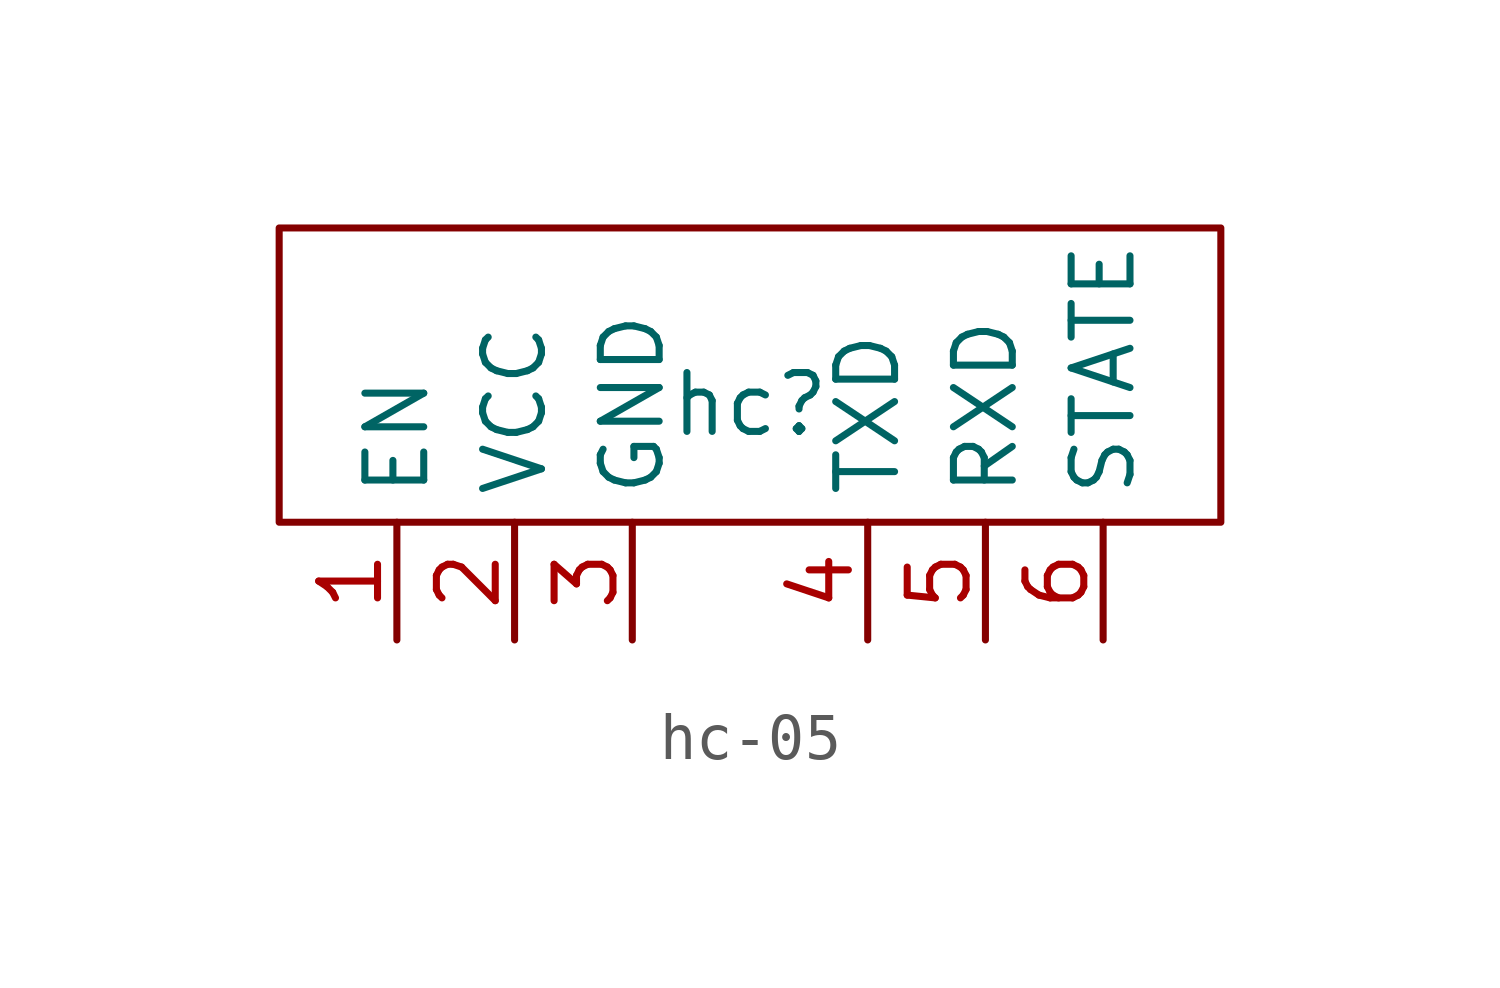
<source format=kicad_sym>
(kicad_symbol_lib
  (version 20220914)
  (generator kicad_symbol_editor)
  (symbol "hc-05"
    (property "Reference" "hc"
      (at 0 0 0)
      (effects (font (size 1.27 1.27))))
    (property "Value" ""
      (at 0 0 0)
      (effects (font (size 1.27 1.27))))
    (symbol "hc-05_0_1"
      (rectangle (start -10.16 3.81) (end 10.16 -2.54) (stroke (width 0) (type default)) (fill (type none))))
    (symbol "hc-05_1_1"
      (pin input line (at -7.62 -5.08 90) (length 2.54) (name "EN" (effects (font (size 1.27 1.27)))) (number "1" (effects (font (size 1.27 1.27)))))
      (pin input line (at -5.08 -5.08 90) (length 2.54) (name "VCC" (effects (font (size 1.27 1.27)))) (number "2" (effects (font (size 1.27 1.27)))))
      (pin input line (at -2.54 -5.08 90) (length 2.54) (name "GND" (effects (font (size 1.27 1.27)))) (number "3" (effects (font (size 1.27 1.27)))))
      (pin input line (at 2.54 -5.08 90) (length 2.54) (name "TXD" (effects (font (size 1.27 1.27)))) (number "4" (effects (font (size 1.27 1.27)))))
      (pin input line (at 5.08 -5.08 90) (length 2.54) (name "RXD" (effects (font (size 1.27 1.27)))) (number "5" (effects (font (size 1.27 1.27)))))
      (pin input line (at 7.62 -5.08 90) (length 2.54) (name "STATE" (effects (font (size 1.27 1.27)))) (number "6" (effects (font (size 1.27 1.27))))))))
</source>
